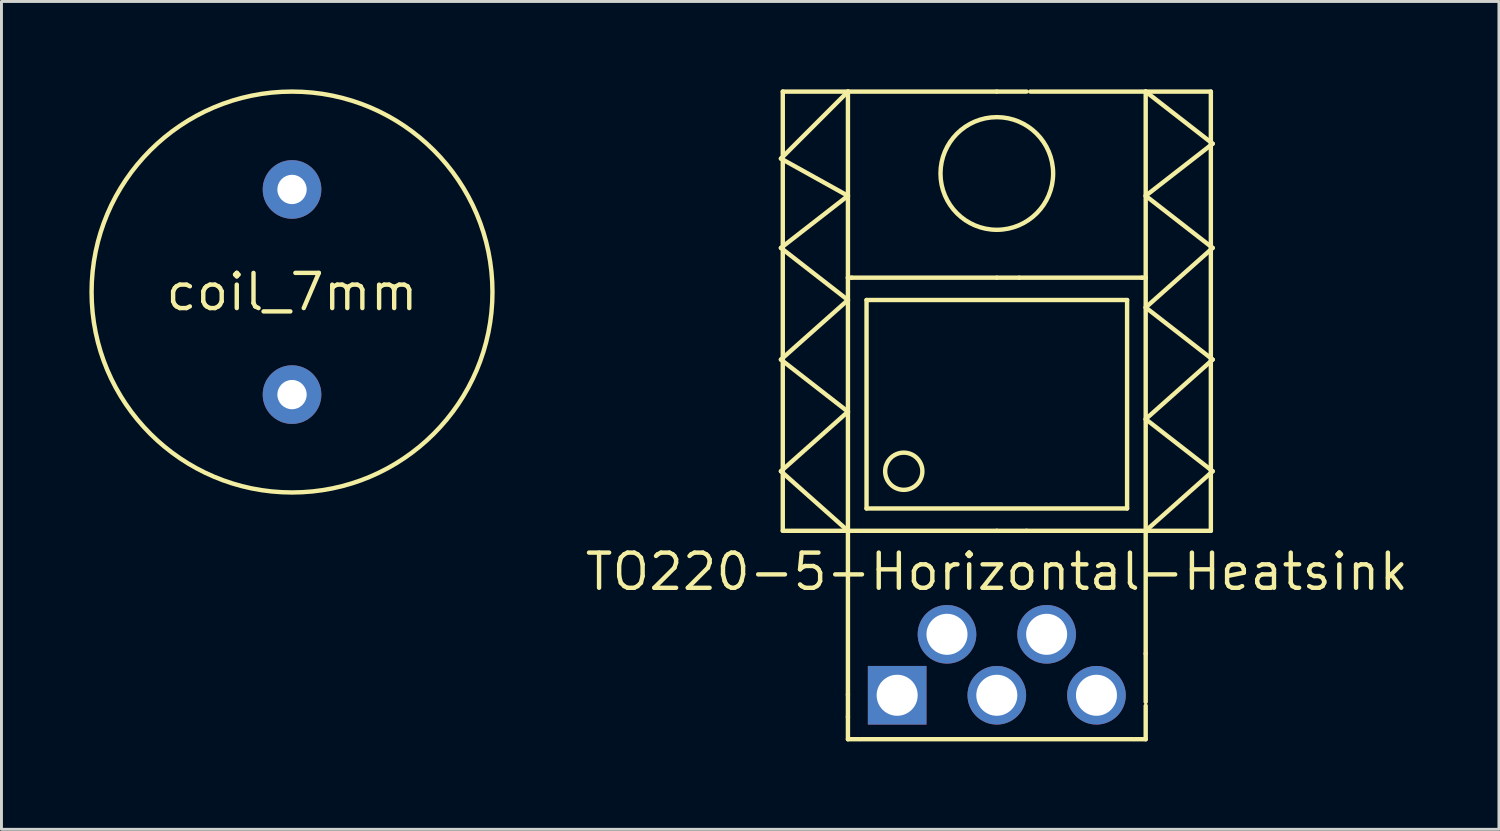
<source format=kicad_pcb>
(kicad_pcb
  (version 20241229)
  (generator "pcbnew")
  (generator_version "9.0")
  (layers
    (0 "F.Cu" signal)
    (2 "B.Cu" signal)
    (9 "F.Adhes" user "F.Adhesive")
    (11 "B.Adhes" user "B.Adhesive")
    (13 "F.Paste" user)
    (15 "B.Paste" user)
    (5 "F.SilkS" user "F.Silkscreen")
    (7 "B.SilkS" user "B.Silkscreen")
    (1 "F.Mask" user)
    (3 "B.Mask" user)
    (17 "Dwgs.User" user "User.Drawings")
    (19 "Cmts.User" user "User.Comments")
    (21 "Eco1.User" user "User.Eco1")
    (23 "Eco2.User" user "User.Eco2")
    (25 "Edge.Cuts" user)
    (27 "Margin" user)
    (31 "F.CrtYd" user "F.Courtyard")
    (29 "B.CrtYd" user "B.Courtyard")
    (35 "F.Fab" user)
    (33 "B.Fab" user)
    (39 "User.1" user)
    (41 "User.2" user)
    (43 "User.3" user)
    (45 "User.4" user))
  (footprint "TO220-5-Horizontal-Heatsink"
    (layer "F.Cu")
    (at 30.962 19.633)
    (property "Reference" "TO220-5-Horizontal-Heatsink" (at 0 -3.175 180) (layer "F.SilkS") (effects (font (size 1.2 1.2) (thickness 0.15))))
    (attr through_hole)
    (fp_line (start -7.366 -17.272) (end -5.08 -16.002) (stroke (width 0.15) (type solid)) (layer "F.SilkS"))
    (fp_line (start -7.366 -14.224) (end -5.08 -12.446) (stroke (width 0.15) (type solid)) (layer "F.SilkS"))
    (fp_line (start -7.366 -10.414) (end -5.08 -8.636) (stroke (width 0.15) (type solid)) (layer "F.SilkS"))
    (fp_line (start -7.366 -6.604) (end -5.08 -4.572) (stroke (width 0.15) (type solid)) (layer "F.SilkS"))
    (fp_line (start -7.303 -19.558) (end -5.08 -19.558) (stroke (width 0.15) (type solid)) (layer "F.SilkS"))
    (fp_line (start -7.303 -4.572) (end -7.303 -19.558) (stroke (width 0.15) (type solid)) (layer "F.SilkS"))
    (fp_line (start -5.08 -19.558) (end -7.366 -17.272) (stroke (width 0.15) (type solid)) (layer "F.SilkS"))
    (fp_line (start -5.08 -19.558) (end -5.08 -13.208) (stroke (width 0.15) (type solid)) (layer "F.SilkS"))
    (fp_line (start -5.08 -16.002) (end -7.366 -14.224) (stroke (width 0.15) (type solid)) (layer "F.SilkS"))
    (fp_line (start -5.08 -13.208) (end -5.08 -4.572) (stroke (width 0.15) (type solid)) (layer "F.SilkS"))
    (fp_line (start -5.08 -12.446) (end -7.366 -10.414) (stroke (width 0.15) (type solid)) (layer "F.SilkS"))
    (fp_line (start -5.08 -8.636) (end -7.366 -6.604) (stroke (width 0.15) (type solid)) (layer "F.SilkS"))
    (fp_line (start -5.08 -4.572) (end -7.303 -4.572) (stroke (width 0.15) (type solid)) (layer "F.SilkS"))
    (fp_line (start -5.08 -4.572) (end 0 -4.572) (stroke (width 0.15) (type solid)) (layer "F.SilkS"))
    (fp_line (start -5.08 1.016) (end -5.08 -4.572) (stroke (width 0.15) (type solid)) (layer "F.SilkS"))
    (fp_line (start -5.08 1.778) (end -5.08 1.016) (stroke (width 0.15) (type solid)) (layer "F.SilkS"))
    (fp_line (start -5.08 2.54) (end -5.08 1.778) (stroke (width 0.15) (type solid)) (layer "F.SilkS"))
    (fp_line (start -4.953 -13.208) (end -5.08 -13.208) (stroke (width 0.15) (type solid)) (layer "F.SilkS"))
    (fp_line (start -4.699 2.54) (end -5.08 2.54) (stroke (width 0.15) (type solid)) (layer "F.SilkS"))
    (fp_line (start -4.65 2.54) (end 4.65 2.54) (stroke (width 0.15) (type solid)) (layer "F.SilkS"))
    (fp_line (start -4.445 -12.446) (end -4.445 -5.334) (stroke (width 0.15) (type solid)) (layer "F.SilkS"))
    (fp_line (start -4.445 -12.446) (end 4.445 -12.446) (stroke (width 0.15) (type solid)) (layer "F.SilkS"))
    (fp_line (start -4.445 -5.334) (end 4.445 -5.334) (stroke (width 0.15) (type solid)) (layer "F.SilkS"))
    (fp_line (start 0 -19.558) (end -5.08 -19.558) (stroke (width 0.15) (type solid)) (layer "F.SilkS"))
    (fp_line (start 0 -19.558) (end 1.016 -19.558) (stroke (width 0.15) (type solid)) (layer "F.SilkS"))
    (fp_line (start 0 -13.208) (end -4.953 -13.208) (stroke (width 0.15) (type solid)) (layer "F.SilkS"))
    (fp_line (start 0 -13.208) (end 0.762 -13.208) (stroke (width 0.15) (type solid)) (layer "F.SilkS"))
    (fp_line (start 0 -4.572) (end 1.016 -4.572) (stroke (width 0.15) (type solid)) (layer "F.SilkS"))
    (fp_line (start 0.762 -13.208) (end 4.953 -13.208) (stroke (width 0.15) (type solid)) (layer "F.SilkS"))
    (fp_line (start 1.016 -4.572) (end 5.08 -4.572) (stroke (width 0.15) (type solid)) (layer "F.SilkS"))
    (fp_line (start 1.143 -19.558) (end 5.08 -19.558) (stroke (width 0.15) (type solid)) (layer "F.SilkS"))
    (fp_line (start 4.445 -12.446) (end 4.445 -5.334) (stroke (width 0.15) (type solid)) (layer "F.SilkS"))
    (fp_line (start 4.699 2.54) (end 5.08 2.54) (stroke (width 0.15) (type solid)) (layer "F.SilkS"))
    (fp_line (start 4.953 -13.208) (end 5.08 -13.208) (stroke (width 0.15) (type solid)) (layer "F.SilkS"))
    (fp_line (start 5.08 -19.558) (end 5.08 -13.208) (stroke (width 0.15) (type solid)) (layer "F.SilkS"))
    (fp_line (start 5.08 -19.558) (end 7.366 -17.78) (stroke (width 0.15) (type solid)) (layer "F.SilkS"))
    (fp_line (start 5.08 -16.002) (end 7.366 -14.224) (stroke (width 0.15) (type solid)) (layer "F.SilkS"))
    (fp_line (start 5.08 -13.208) (end 5.08 -4.572) (stroke (width 0.15) (type solid)) (layer "F.SilkS"))
    (fp_line (start 5.08 -12.192) (end 7.366 -10.414) (stroke (width 0.15) (type solid)) (layer "F.SilkS"))
    (fp_line (start 5.08 -8.382) (end 7.366 -6.604) (stroke (width 0.15) (type solid)) (layer "F.SilkS"))
    (fp_line (start 5.08 -4.572) (end 5.08 -0.381) (stroke (width 0.15) (type solid)) (layer "F.SilkS"))
    (fp_line (start 5.08 1.27) (end 5.08 -0.381) (stroke (width 0.15) (type solid)) (layer "F.SilkS"))
    (fp_line (start 5.08 2.54) (end 5.08 1.397) (stroke (width 0.15) (type solid)) (layer "F.SilkS"))
    (fp_line (start 5.144 -4.572) (end 7.303 -4.572) (stroke (width 0.15) (type solid)) (layer "F.SilkS"))
    (fp_line (start 7.303 -19.558) (end 5.08 -19.558) (stroke (width 0.15) (type solid)) (layer "F.SilkS"))
    (fp_line (start 7.303 -4.572) (end 7.303 -19.558) (stroke (width 0.15) (type solid)) (layer "F.SilkS"))
    (fp_line (start 7.366 -17.78) (end 5.08 -16.002) (stroke (width 0.15) (type solid)) (layer "F.SilkS"))
    (fp_line (start 7.366 -14.224) (end 5.08 -12.192) (stroke (width 0.15) (type solid)) (layer "F.SilkS"))
    (fp_line (start 7.366 -10.414) (end 5.08 -8.382) (stroke (width 0.15) (type solid)) (layer "F.SilkS"))
    (fp_line (start 7.366 -6.604) (end 5.08 -4.572) (stroke (width 0.15) (type solid)) (layer "F.SilkS"))
    (fp_circle (center -3.175 -6.604) (end -2.667 -6.223) (stroke (width 0.15) (type solid)) (fill no) (layer "F.SilkS"))
    (fp_circle (center 0 -16.764) (end 1.905 -17.018) (stroke (width 0.15) (type solid)) (fill no) (layer "F.SilkS"))
    (pad "1" thru_hole rect (at -3.4 1.04) (size 2 2) (drill 1.4) (layers "*.Cu" "*.Mask"))
    (pad "2" thru_hole oval (at -1.7 -1.04) (size 2 2) (drill 1.4) (layers "*.Cu" "*.Mask"))
    (pad "3" thru_hole oval (at 0 1.04) (size 2 2) (drill 1.4) (layers "*.Cu" "*.Mask"))
    (pad "4" thru_hole oval (at 1.7 -1.04) (size 2 2) (drill 1.4) (layers "*.Cu" "*.Mask"))
    (pad "5" thru_hole oval (at 3.4 1.04) (size 2 2) (drill 1.4) (layers "*.Cu" "*.Mask")))
  (footprint "coil_7mm"
    (layer "F.Cu")
    (at 6.914 6.914)
    (property "Reference" "coil_7mm" (at 0 0 0) (layer "F.SilkS") (effects (font (size 1.2 1.2) (thickness 0.15))))
    (attr through_hole)
    (fp_circle (center 0 0) (end 6.35 -2.54) (stroke (width 0.15) (type solid)) (fill no) (layer "F.SilkS"))
    (pad "1" thru_hole oval (at 0 -3.5) (size 2 2) (drill 1) (layers "*.Cu" "*.Mask"))
    (pad "2" thru_hole oval (at 0 3.5) (size 2 2) (drill 1) (layers "*.Cu" "*.Mask")))
  (gr_rect
    (start -3 -3)
    (end 48.095 25.248)
    (stroke (width 0.1) (type default))
    (fill no)
    (layer "Edge.Cuts")))
</source>
